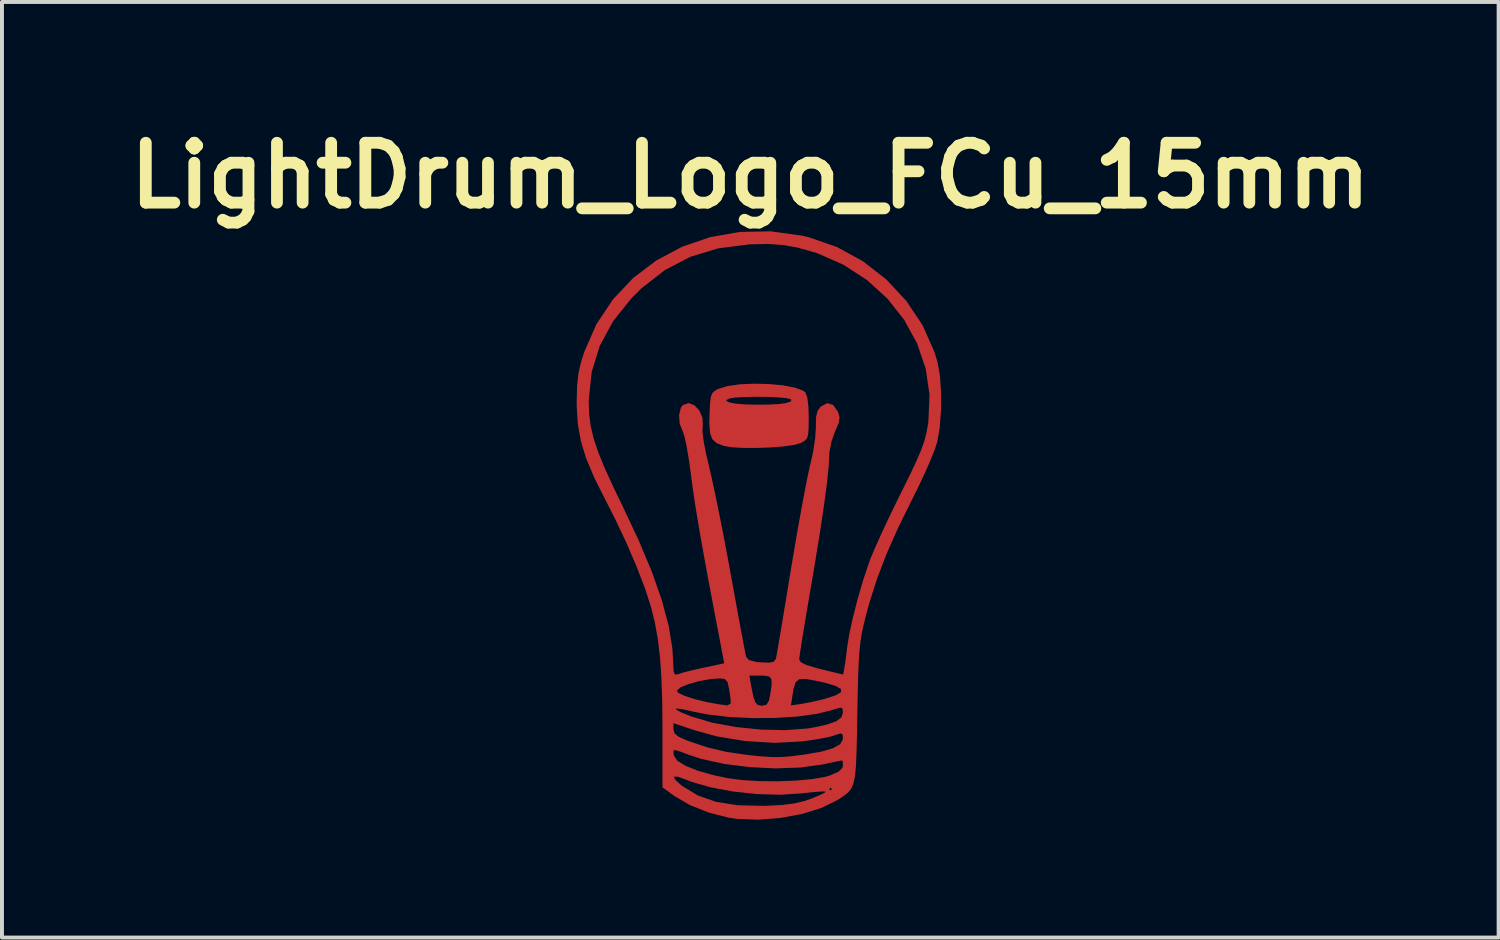
<source format=kicad_pcb>
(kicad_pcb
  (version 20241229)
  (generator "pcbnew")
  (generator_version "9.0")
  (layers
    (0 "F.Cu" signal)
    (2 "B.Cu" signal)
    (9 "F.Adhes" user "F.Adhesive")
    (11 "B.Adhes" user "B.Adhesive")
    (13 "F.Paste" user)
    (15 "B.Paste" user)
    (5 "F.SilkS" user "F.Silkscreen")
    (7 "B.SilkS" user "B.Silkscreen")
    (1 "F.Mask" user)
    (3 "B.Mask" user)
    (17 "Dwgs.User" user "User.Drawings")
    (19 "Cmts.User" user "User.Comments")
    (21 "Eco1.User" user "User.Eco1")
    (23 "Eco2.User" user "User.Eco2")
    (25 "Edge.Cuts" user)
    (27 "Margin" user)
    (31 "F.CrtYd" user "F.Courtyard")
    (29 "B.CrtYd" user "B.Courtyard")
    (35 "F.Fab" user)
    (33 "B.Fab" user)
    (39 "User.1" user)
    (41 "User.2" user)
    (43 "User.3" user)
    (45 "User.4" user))
  (footprint "LightDrum_Logo_FCu_15mm"
    (layer "F.Cu")
    (at 16.246 10.318)
    (property "Reference" "LightDrum_Logo_FCu_15mm" (at -0.2 -8.9 0) (layer "F.SilkS") (effects (font (size 1.524 1.524) (thickness 0.3))))
    (attr board_only exclude_from_pos_files exclude_from_bom)
    (fp_poly (pts (xy 0.273 -3.594) (xy 0.629 -3.561) (xy 0.93 -3.504) (xy 1.143 -3.425) (xy 1.2 -3.383) (xy 1.25 -3.257) (xy 1.28 -3.011) (xy 1.287 -2.744) (xy 1.284 -2.469) (xy 1.27 -2.298) (xy 1.234 -2.198) (xy 1.164 -2.136) (xy 1.078 -2.091) (xy 0.908 -2.043) (xy 0.638 -2.005) (xy 0.306 -1.98) (xy -0.05 -1.967) (xy -0.393 -1.969) (xy -0.682 -1.986) (xy -0.879 -2.02) (xy -1.057 -2.091) (xy -1.169 -2.191) (xy -1.226 -2.35) (xy -1.243 -2.597) (xy -1.238 -2.828) (xy -1.225 -3.103) (xy -1.215 -3.182) (xy -0.819 -3.182) (xy -0.775 -3.144) (xy -0.726 -3.124) (xy -0.577 -3.095) (xy -0.333 -3.076) (xy -0.038 -3.068) (xy 0.264 -3.071) (xy 0.531 -3.085) (xy 0.693 -3.107) (xy 0.833 -3.149) (xy 0.842 -3.196) (xy 0.823 -3.21) (xy 0.713 -3.236) (xy 0.503 -3.255) (xy 0.229 -3.266) (xy -0.069 -3.269) (xy -0.353 -3.263) (xy -0.587 -3.249) (xy -0.73 -3.226) (xy -0.737 -3.224) (xy -0.819 -3.182) (xy -1.215 -3.182) (xy -1.203 -3.273) (xy -1.161 -3.372) (xy -1.087 -3.434) (xy -1.017 -3.47) (xy -0.782 -3.542) (xy -0.466 -3.587) (xy -0.103 -3.603)) (stroke (width 0) (type solid)) (fill yes) (layer "F.Cu"))
    (fp_poly (pts (xy 1.114 -7.371) (xy 1.287 -7.331) (xy 2.002 -7.083) (xy 2.665 -6.72) (xy 3.26 -6.257) (xy 3.772 -5.708) (xy 4.186 -5.088) (xy 4.486 -4.412) (xy 4.565 -4.152) (xy 4.626 -3.807) (xy 4.655 -3.378) (xy 4.653 -2.919) (xy 4.62 -2.481) (xy 4.558 -2.12) (xy 4.489 -1.912) (xy 4.369 -1.615) (xy 4.211 -1.261) (xy 4.03 -0.881) (xy 3.931 -0.684) (xy 3.566 0.056) (xy 3.272 0.718) (xy 3.034 1.336) (xy 2.839 1.943) (xy 2.738 2.314) (xy 2.681 2.547) (xy 2.636 2.758) (xy 2.602 2.973) (xy 2.577 3.214) (xy 2.558 3.504) (xy 2.544 3.867) (xy 2.533 4.327) (xy 2.524 4.802) (xy 2.514 5.362) (xy 2.503 5.801) (xy 2.488 6.136) (xy 2.464 6.385) (xy 2.427 6.566) (xy 2.373 6.697) (xy 2.297 6.794) (xy 2.196 6.877) (xy 2.065 6.963) (xy 2.006 7) (xy 1.603 7.198) (xy 1.107 7.35) (xy 0.558 7.451) (xy -0.004 7.494) (xy -0.539 7.473) (xy -0.741 7.444) (xy -1.252 7.315) (xy -1.733 7.124) (xy -2.13 6.893) (xy -2.143 6.884) (xy -2.436 6.669) (xy -2.436 6.4) (xy -2.143 6.4) (xy -2.116 6.473) (xy -1.966 6.61) (xy -1.931 6.637) (xy -1.535 6.878) (xy -1.073 7.039) (xy -0.527 7.126) (xy 0.122 7.142) (xy 0.174 7.141) (xy 0.592 7.12) (xy 0.914 7.081) (xy 1.181 7.018) (xy 1.344 6.962) (xy 1.55 6.877) (xy 1.686 6.811) (xy 1.722 6.779) (xy 1.645 6.774) (xy 1.464 6.786) (xy 1.212 6.812) (xy 1.108 6.824) (xy 0.566 6.859) (xy -0.029 6.842) (xy -0.635 6.777) (xy -0.968 6.715) (xy 1.809 6.715) (xy 1.844 6.75) (xy 1.879 6.715) (xy 1.844 6.681) (xy 1.809 6.715) (xy -0.968 6.715) (xy -1.206 6.671) (xy -1.701 6.528) (xy -1.846 6.471) (xy -2.052 6.398) (xy -2.143 6.4) (xy -2.436 6.4) (xy -2.436 5.793) (xy -2.155 5.793) (xy -2.145 5.863) (xy -2.06 5.991) (xy -1.852 6.121) (xy -1.535 6.247) (xy -1.126 6.363) (xy -0.788 6.435) (xy -0.412 6.485) (xy 0.029 6.512) (xy 0.498 6.517) (xy 0.958 6.499) (xy 1.372 6.461) (xy 1.704 6.404) (xy 1.827 6.368) (xy 2.046 6.271) (xy 2.146 6.172) (xy 2.157 6.117) (xy 2.15 6.008) (xy 2.14 5.985) (xy 2.068 5.998) (xy 1.897 6.033) (xy 1.66 6.083) (xy 1.635 6.088) (xy 1.076 6.166) (xy 0.443 6.188) (xy -0.219 6.156) (xy -0.864 6.074) (xy -1.449 5.946) (xy -1.757 5.845) (xy -1.983 5.76) (xy -2.105 5.722) (xy -2.153 5.732) (xy -2.155 5.793) (xy -2.436 5.793) (xy -2.436 5.229) (xy -2.437 5.037) (xy -2.157 5.037) (xy -2.157 5.193) (xy -2.13 5.294) (xy -2.031 5.379) (xy -1.831 5.47) (xy -1.775 5.491) (xy -1.291 5.654) (xy -0.828 5.764) (xy -0.312 5.841) (xy 0.063 5.881) (xy 0.351 5.9) (xy 0.601 5.899) (xy 0.866 5.877) (xy 1.16 5.839) (xy 1.598 5.764) (xy 1.904 5.676) (xy 2.088 5.572) (xy 2.156 5.448) (xy 2.157 5.431) (xy 2.15 5.325) (xy 2.103 5.297) (xy 1.978 5.334) (xy 1.917 5.357) (xy 1.768 5.396) (xy 1.523 5.442) (xy 1.228 5.487) (xy 1.108 5.502) (xy 0.421 5.538) (xy -0.316 5.494) (xy -1.04 5.376) (xy -1.583 5.228) (xy -2.157 5.037) (xy -2.437 5.037) (xy -2.44 4.694) (xy -2.087 4.694) (xy -1.96 4.762) (xy -1.701 4.867) (xy -1.696 4.869) (xy -1.175 5.023) (xy -0.572 5.135) (xy 0.064 5.2) (xy 0.685 5.215) (xy 1.245 5.174) (xy 1.4 5.149) (xy 1.754 5.072) (xy 1.987 4.989) (xy 2.115 4.893) (xy 2.157 4.775) (xy 2.157 4.767) (xy 2.149 4.669) (xy 2.098 4.642) (xy 1.967 4.675) (xy 1.892 4.7) (xy 1.496 4.8) (xy 0.999 4.868) (xy 0.438 4.904) (xy -0.151 4.908) (xy -0.734 4.88) (xy -1.274 4.818) (xy -1.683 4.737) (xy -1.949 4.678) (xy -2.083 4.664) (xy -2.087 4.694) (xy -2.44 4.694) (xy -2.442 4.494) (xy -2.452 4.205) (xy -2.065 4.205) (xy -2.046 4.256) (xy -1.921 4.32) (xy -1.863 4.345) (xy -1.623 4.424) (xy -1.306 4.501) (xy -0.973 4.561) (xy -0.783 4.585) (xy -0.703 4.539) (xy -0.697 4.506) (xy -0.708 4.383) (xy -0.735 4.194) (xy -0.741 4.158) (xy -0.782 3.985) (xy -0.854 3.912) (xy -0.98 3.897) (xy -1.226 3.917) (xy -1.507 3.969) (xy -1.769 4.041) (xy -1.96 4.119) (xy -1.993 4.14) (xy -2.065 4.205) (xy -2.452 4.205) (xy -2.463 3.875) (xy -2.466 3.827) (xy -0.224 3.827) (xy -0.178 4.088) (xy -0.126 4.35) (xy -0.075 4.502) (xy -0.009 4.574) (xy 0.087 4.593) (xy 0.1 4.593) (xy 0.137 4.584) (xy 0.835 4.584) (xy 1.096 4.548) (xy 1.322 4.506) (xy 1.596 4.444) (xy 1.719 4.412) (xy 1.981 4.326) (xy 2.111 4.245) (xy 2.106 4.166) (xy 1.967 4.088) (xy 1.691 4.006) (xy 1.477 3.959) (xy 1.209 3.912) (xy 1.045 3.919) (xy 0.952 3.997) (xy 0.9 4.165) (xy 0.879 4.293) (xy 0.835 4.584) (xy 0.137 4.584) (xy 0.212 4.567) (xy 0.275 4.464) (xy 0.303 4.332) (xy 0.341 4.074) (xy 0.339 3.923) (xy 0.284 3.851) (xy 0.161 3.829) (xy 0.062 3.827) (xy -0.224 3.827) (xy -2.466 3.827) (xy -2.5 3.346) (xy -2.555 2.884) (xy -2.632 2.466) (xy -2.725 2.089) (xy -2.878 1.613) (xy -3.094 1.052) (xy -3.357 0.44) (xy -3.655 -0.19) (xy -3.896 -0.661) (xy -4.175 -1.219) (xy -4.378 -1.702) (xy -4.513 -2.143) (xy -4.59 -2.574) (xy -4.618 -3.029) (xy -4.619 -3.132) (xy -4.312 -3.132) (xy -4.301 -2.821) (xy -4.261 -2.519) (xy -4.186 -2.204) (xy -4.068 -1.852) (xy -3.9 -1.442) (xy -3.675 -0.951) (xy -3.465 -0.518) (xy -3.041 0.383) (xy -2.704 1.189) (xy -2.451 1.91) (xy -2.278 2.557) (xy -2.183 3.14) (xy -2.16 3.539) (xy -2.151 3.725) (xy -2.119 3.8) (xy -2.049 3.795) (xy -2.035 3.789) (xy -1.911 3.749) (xy -1.693 3.694) (xy -1.427 3.633) (xy -1.389 3.625) (xy -0.863 3.514) (xy -0.95 3.062) (xy -1.115 2.199) (xy -1.255 1.457) (xy -1.372 0.822) (xy -1.469 0.28) (xy -1.548 -0.186) (xy -1.613 -0.588) (xy -1.665 -0.943) (xy -1.707 -1.264) (xy -1.71 -1.287) (xy -1.76 -1.651) (xy -1.815 -1.974) (xy -1.867 -2.226) (xy -1.913 -2.378) (xy -1.924 -2.399) (xy -1.998 -2.586) (xy -2.013 -2.804) (xy -1.968 -2.99) (xy -1.917 -3.059) (xy -1.77 -3.11) (xy -1.621 -3.053) (xy -1.494 -2.916) (xy -1.416 -2.728) (xy -1.41 -2.516) (xy -1.417 -2.484) (xy -1.417 -2.354) (xy -1.385 -2.123) (xy -1.327 -1.825) (xy -1.254 -1.514) (xy -1.187 -1.225) (xy -1.101 -0.828) (xy -1.003 -0.349) (xy -0.897 0.183) (xy -0.791 0.742) (xy -0.695 1.265) (xy -0.602 1.775) (xy -0.516 2.245) (xy -0.44 2.655) (xy -0.378 2.987) (xy -0.333 3.222) (xy -0.308 3.343) (xy -0.306 3.351) (xy -0.234 3.431) (xy -0.059 3.477) (xy 0.075 3.49) (xy 0.287 3.497) (xy 0.398 3.473) (xy 0.447 3.406) (xy 0.456 3.375) (xy 0.475 3.274) (xy 0.513 3.053) (xy 0.568 2.731) (xy 0.635 2.325) (xy 0.714 1.854) (xy 0.799 1.336) (xy 0.836 1.113) (xy 0.929 0.555) (xy 1.023 0.014) (xy 1.114 -0.487) (xy 1.196 -0.925) (xy 1.266 -1.278) (xy 1.32 -1.522) (xy 1.331 -1.566) (xy 1.402 -1.889) (xy 1.451 -2.219) (xy 1.469 -2.491) (xy 1.468 -2.511) (xy 1.474 -2.761) (xy 1.515 -2.919) (xy 1.597 -3.024) (xy 1.762 -3.109) (xy 1.912 -3.058) (xy 2.031 -2.887) (xy 2.071 -2.753) (xy 2.053 -2.612) (xy 1.967 -2.409) (xy 1.961 -2.396) (xy 1.867 -2.138) (xy 1.814 -1.866) (xy 1.809 -1.786) (xy 1.794 -1.489) (xy 1.749 -1.058) (xy 1.673 -0.491) (xy 1.568 0.21) (xy 1.432 1.045) (xy 1.326 1.67) (xy 1.246 2.135) (xy 1.176 2.558) (xy 1.117 2.918) (xy 1.073 3.196) (xy 1.049 3.369) (xy 1.044 3.416) (xy 1.087 3.487) (xy 1.229 3.557) (xy 1.486 3.634) (xy 1.603 3.664) (xy 2.161 3.801) (xy 2.19 3.657) (xy 2.214 3.508) (xy 2.243 3.282) (xy 2.261 3.132) (xy 2.316 2.787) (xy 2.41 2.355) (xy 2.531 1.881) (xy 2.669 1.408) (xy 2.812 0.978) (xy 2.865 0.835) (xy 2.963 0.6) (xy 3.11 0.273) (xy 3.29 -0.114) (xy 3.49 -0.53) (xy 3.658 -0.87) (xy 3.874 -1.306) (xy 4.034 -1.647) (xy 4.149 -1.916) (xy 4.229 -2.142) (xy 4.283 -2.351) (xy 4.322 -2.567) (xy 4.331 -2.627) (xy 4.362 -3.317) (xy 4.263 -3.989) (xy 4.044 -4.63) (xy 3.716 -5.228) (xy 3.287 -5.77) (xy 2.768 -6.242) (xy 2.168 -6.632) (xy 1.497 -6.927) (xy 1.001 -7.067) (xy 0.628 -7.133) (xy 0.249 -7.159) (xy -0.199 -7.15) (xy -0.237 -7.148) (xy -1.02 -7.047) (xy -1.728 -6.831) (xy -2.372 -6.496) (xy -2.964 -6.036) (xy -3.223 -5.78) (xy -3.694 -5.191) (xy -4.032 -4.566) (xy -4.237 -3.9) (xy -4.312 -3.189) (xy -4.312 -3.132) (xy -4.619 -3.132) (xy -4.619 -3.166) (xy -4.608 -3.552) (xy -4.575 -3.859) (xy -4.51 -4.148) (xy -4.425 -4.416) (xy -4.114 -5.121) (xy -3.697 -5.747) (xy -3.187 -6.288) (xy -2.596 -6.736) (xy -1.938 -7.087) (xy -1.225 -7.332) (xy -0.47 -7.465) (xy 0.314 -7.481)) (stroke (width 0) (type solid)) (fill yes) (layer "F.Cu")))
  (gr_rect
    (start -3 -3)
    (end 35.091 20.812)
    (stroke (width 0.1) (type default))
    (fill no)
    (layer "Edge.Cuts")))
</source>
